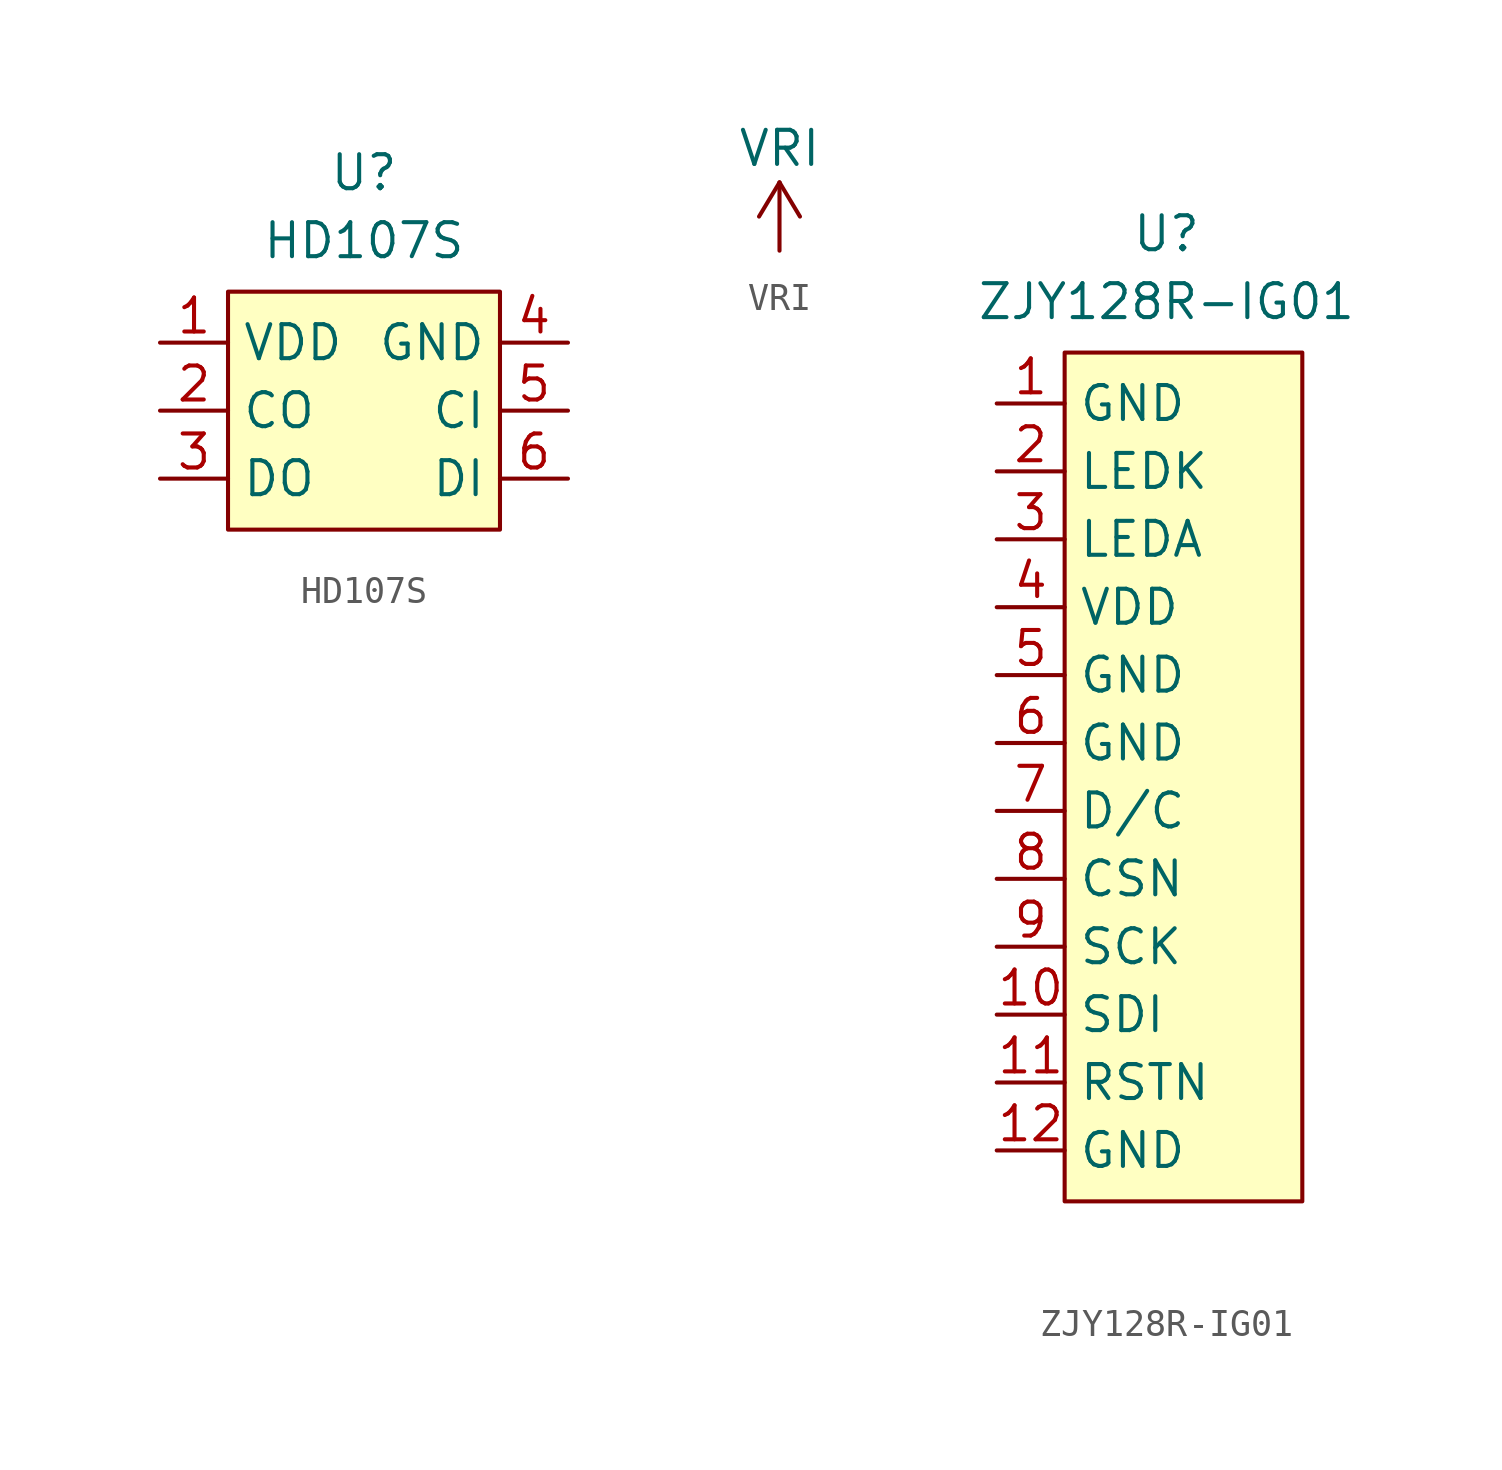
<source format=kicad_sym>
(kicad_symbol_lib
  (version 20220914)
  (generator kicad_symbol_editor)
  (symbol "HD107S"
    (property "Reference" "U"
      (at 0 8.89 0)
      (effects (font (size 1.27 1.27))))
    (property "Value" "HD107S"
      (at 0 6.35 0)
      (effects (font (size 1.27 1.27))))
    (symbol "HD107S_1_1"
      (rectangle (start -5.08 4.445) (end 5.08 -4.445) (stroke (width 0) (type default)) (fill (type background)))
      (pin passive line (at -7.62 2.54 0) (length 2.54) (name "VDD" (effects (font (size 1.27 1.27)))) (number "1" (effects (font (size 1.27 1.27)))))
      (pin passive line (at -7.62 0 0) (length 2.54) (name "CO" (effects (font (size 1.27 1.27)))) (number "2" (effects (font (size 1.27 1.27)))))
      (pin passive line (at -7.62 -2.54 0) (length 2.54) (name "DO" (effects (font (size 1.27 1.27)))) (number "3" (effects (font (size 1.27 1.27)))))
      (pin passive line (at 7.62 2.54 180) (length 2.54) (name "GND" (effects (font (size 1.27 1.27)))) (number "4" (effects (font (size 1.27 1.27)))))
      (pin passive line (at 7.62 0 180) (length 2.54) (name "CI" (effects (font (size 1.27 1.27)))) (number "5" (effects (font (size 1.27 1.27)))))
      (pin passive line (at 7.62 -2.54 180) (length 2.54) (name "DI" (effects (font (size 1.27 1.27)))) (number "6" (effects (font (size 1.27 1.27)))))))
  (symbol "VRI"
    (power)
    (pin_names
      (offset 0))
    (property "Reference" "#PWR"
      (at 0 -3.81 0)
      (effects (font (size 1.27 1.27)) hide))
    (property "Value" "VRI"
      (at 0 3.81 0)
      (effects (font (size 1.27 1.27))))
    (symbol "VRI_0_1"
      (polyline (pts (xy -0.762 1.27) (xy 0 2.54)) (stroke (width 0) (type default)) (fill (type none)))
      (polyline (pts (xy 0 0) (xy 0 2.54)) (stroke (width 0) (type default)) (fill (type none)))
      (polyline (pts (xy 0 2.54) (xy 0.762 1.27)) (stroke (width 0) (type default)) (fill (type none))))
    (symbol "VRI_1_1"
      (pin power_in line (at 0 0 90) (length 0) hide (name "VRI" (effects (font (size 1.27 1.27)))) (number "1" (effects (font (size 1.27 1.27)))))))
  (symbol "ZJY128R-IG01"
    (property "Reference" "U"
      (at 3.81 4.445 0)
      (effects (font (size 1.27 1.27))))
    (property "Value" "ZJY128R-IG01"
      (at 3.81 1.905 0)
      (effects (font (size 1.27 1.27))))
    (symbol "ZJY128R-IG01_1_1"
      (rectangle (start 0 0) (end 8.89 -31.75) (stroke (width 0) (type default)) (fill (type background)))
      (pin passive line (at -2.54 -1.905 0) (length 2.54) (name "GND" (effects (font (size 1.27 1.27)))) (number "1" (effects (font (size 1.27 1.27)))))
      (pin passive line (at -2.54 -24.765 0) (length 2.54) (name "SDI" (effects (font (size 1.27 1.27)))) (number "10" (effects (font (size 1.27 1.27)))))
      (pin passive line (at -2.54 -27.305 0) (length 2.54) (name "RSTN" (effects (font (size 1.27 1.27)))) (number "11" (effects (font (size 1.27 1.27)))))
      (pin passive line (at -2.54 -29.845 0) (length 2.54) (name "GND" (effects (font (size 1.27 1.27)))) (number "12" (effects (font (size 1.27 1.27)))))
      (pin passive line (at -2.54 -4.445 0) (length 2.54) (name "LEDK" (effects (font (size 1.27 1.27)))) (number "2" (effects (font (size 1.27 1.27)))))
      (pin passive line (at -2.54 -6.985 0) (length 2.54) (name "LEDA" (effects (font (size 1.27 1.27)))) (number "3" (effects (font (size 1.27 1.27)))))
      (pin passive line (at -2.54 -9.525 0) (length 2.54) (name "VDD" (effects (font (size 1.27 1.27)))) (number "4" (effects (font (size 1.27 1.27)))))
      (pin passive line (at -2.54 -12.065 0) (length 2.54) (name "GND" (effects (font (size 1.27 1.27)))) (number "5" (effects (font (size 1.27 1.27)))))
      (pin passive line (at -2.54 -14.605 0) (length 2.54) (name "GND" (effects (font (size 1.27 1.27)))) (number "6" (effects (font (size 1.27 1.27)))))
      (pin passive line (at -2.54 -17.145 0) (length 2.54) (name "D/C" (effects (font (size 1.27 1.27)))) (number "7" (effects (font (size 1.27 1.27)))))
      (pin passive line (at -2.54 -19.685 0) (length 2.54) (name "CSN" (effects (font (size 1.27 1.27)))) (number "8" (effects (font (size 1.27 1.27)))))
      (pin passive line (at -2.54 -22.225 0) (length 2.54) (name "SCK" (effects (font (size 1.27 1.27)))) (number "9" (effects (font (size 1.27 1.27))))))))
</source>
